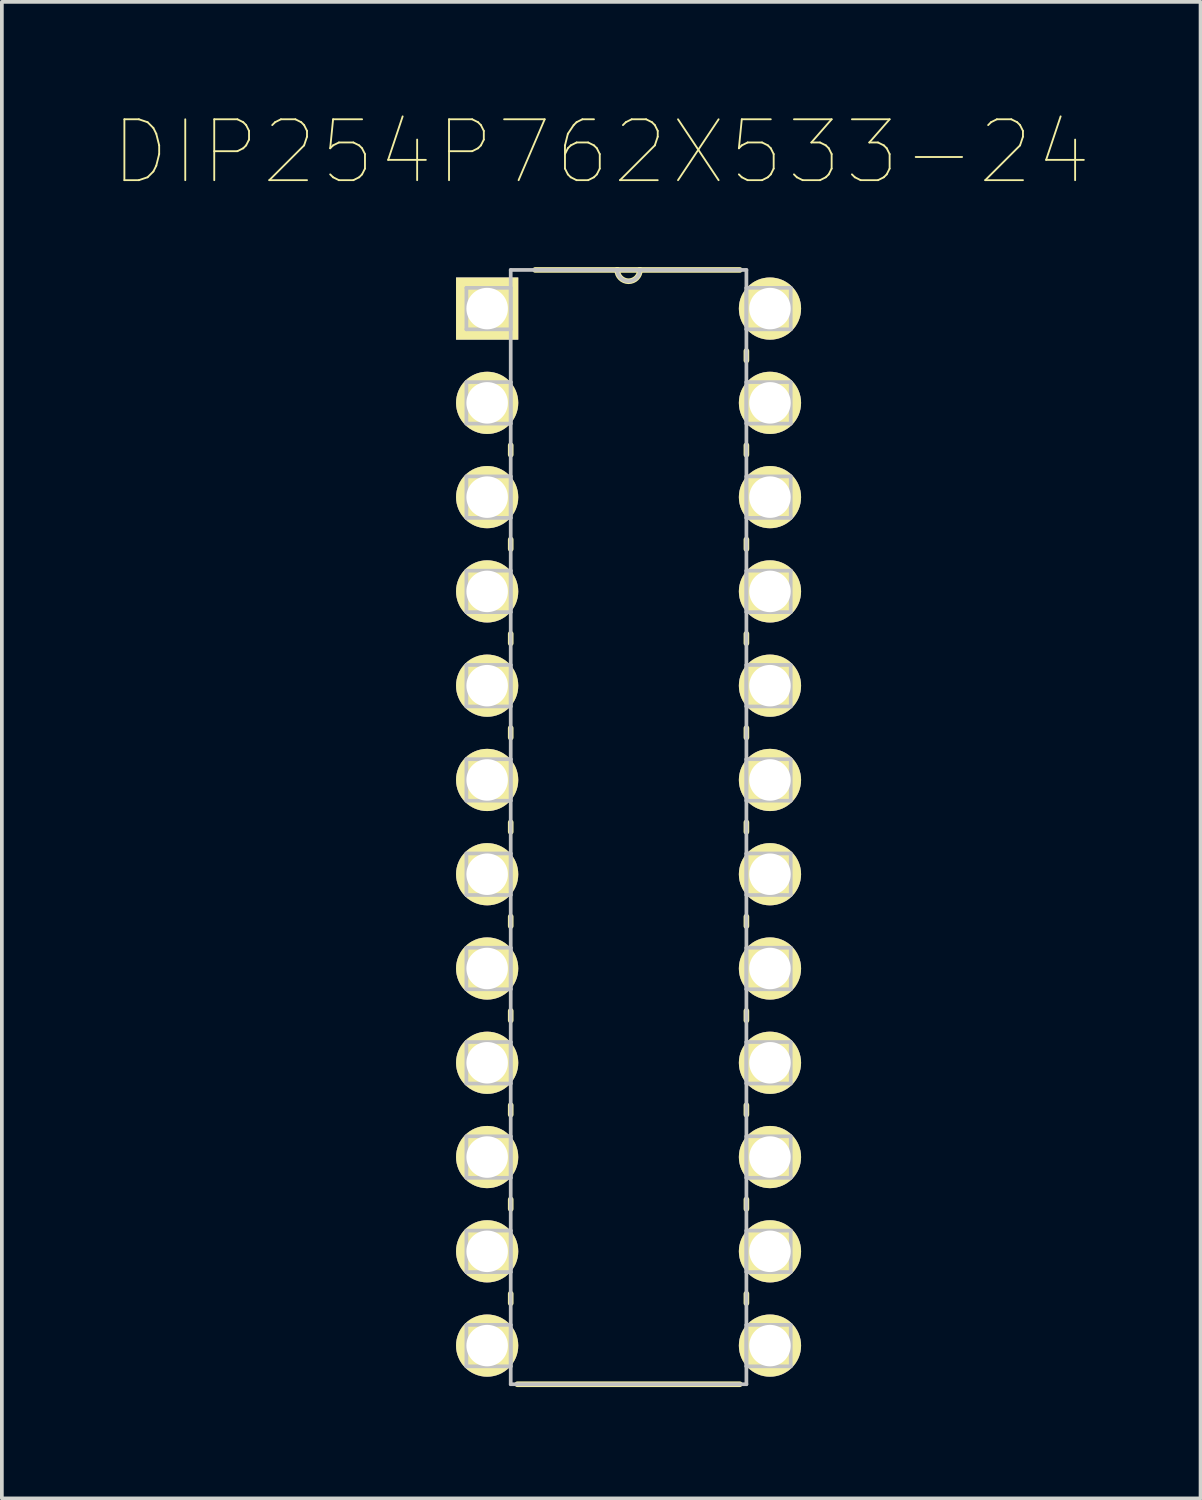
<source format=kicad_pcb>
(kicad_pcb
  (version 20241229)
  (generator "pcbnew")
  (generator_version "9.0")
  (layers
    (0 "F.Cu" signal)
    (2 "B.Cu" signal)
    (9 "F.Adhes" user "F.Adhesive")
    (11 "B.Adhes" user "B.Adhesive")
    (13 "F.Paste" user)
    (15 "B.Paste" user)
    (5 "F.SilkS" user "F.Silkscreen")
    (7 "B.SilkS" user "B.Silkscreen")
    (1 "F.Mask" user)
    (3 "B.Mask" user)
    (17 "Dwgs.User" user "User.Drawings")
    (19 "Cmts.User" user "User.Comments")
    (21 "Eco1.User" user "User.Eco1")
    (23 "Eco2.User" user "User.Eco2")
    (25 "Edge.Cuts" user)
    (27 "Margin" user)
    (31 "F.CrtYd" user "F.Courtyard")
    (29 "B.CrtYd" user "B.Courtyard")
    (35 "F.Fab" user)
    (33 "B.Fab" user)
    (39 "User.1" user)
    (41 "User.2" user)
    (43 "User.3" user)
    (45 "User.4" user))
  (footprint "DIP254P762X533-24"
    (layer "F.Cu")
    (at 17.695 33.204)
    (property "Reference" "DIP254P762X533-24" (at -4.547 -32.156 0) (layer "F.SilkS") (effects (font (size 1.64 1.64) (thickness 0.05))))
    (attr through_hole)
    (fp_line (start -6.985 -24.257) (end -6.985 -24.003) (stroke (width 0.152) (type solid)) (layer "F.SilkS"))
    (fp_line (start -6.985 -21.717) (end -6.985 -21.463) (stroke (width 0.152) (type solid)) (layer "F.SilkS"))
    (fp_line (start -6.985 -19.177) (end -6.985 -18.923) (stroke (width 0.152) (type solid)) (layer "F.SilkS"))
    (fp_line (start -6.985 -16.637) (end -6.985 -16.383) (stroke (width 0.152) (type solid)) (layer "F.SilkS"))
    (fp_line (start -6.985 -14.097) (end -6.985 -13.843) (stroke (width 0.152) (type solid)) (layer "F.SilkS"))
    (fp_line (start -6.985 -11.557) (end -6.985 -11.303) (stroke (width 0.152) (type solid)) (layer "F.SilkS"))
    (fp_line (start -6.985 -9.017) (end -6.985 -8.763) (stroke (width 0.152) (type solid)) (layer "F.SilkS"))
    (fp_line (start -6.985 -6.477) (end -6.985 -6.223) (stroke (width 0.152) (type solid)) (layer "F.SilkS"))
    (fp_line (start -6.985 -3.937) (end -6.985 -3.683) (stroke (width 0.152) (type solid)) (layer "F.SilkS"))
    (fp_line (start -6.985 -1.397) (end -6.985 -1.143) (stroke (width 0.152) (type solid)) (layer "F.SilkS"))
    (fp_line (start -6.807 1.041) (end -0.813 1.041) (stroke (width 0.152) (type solid)) (layer "F.SilkS"))
    (fp_line (start -4.115 -28.981) (end -6.325 -28.981) (stroke (width 0.152) (type solid)) (layer "F.SilkS"))
    (fp_line (start -3.505 -28.981) (end -4.115 -28.981) (stroke (width 0.152) (type solid)) (layer "F.SilkS"))
    (fp_line (start -0.813 -28.981) (end -3.505 -28.981) (stroke (width 0.152) (type solid)) (layer "F.SilkS"))
    (fp_line (start -0.635 -26.543) (end -0.635 -26.797) (stroke (width 0.152) (type solid)) (layer "F.SilkS"))
    (fp_line (start -0.635 -24.003) (end -0.635 -24.257) (stroke (width 0.152) (type solid)) (layer "F.SilkS"))
    (fp_line (start -0.635 -21.463) (end -0.635 -21.717) (stroke (width 0.152) (type solid)) (layer "F.SilkS"))
    (fp_line (start -0.635 -18.923) (end -0.635 -19.177) (stroke (width 0.152) (type solid)) (layer "F.SilkS"))
    (fp_line (start -0.635 -16.383) (end -0.635 -16.637) (stroke (width 0.152) (type solid)) (layer "F.SilkS"))
    (fp_line (start -0.635 -13.843) (end -0.635 -14.097) (stroke (width 0.152) (type solid)) (layer "F.SilkS"))
    (fp_line (start -0.635 -11.303) (end -0.635 -11.557) (stroke (width 0.152) (type solid)) (layer "F.SilkS"))
    (fp_line (start -0.635 -8.763) (end -0.635 -9.017) (stroke (width 0.152) (type solid)) (layer "F.SilkS"))
    (fp_line (start -0.635 -6.223) (end -0.635 -6.477) (stroke (width 0.152) (type solid)) (layer "F.SilkS"))
    (fp_line (start -0.635 -3.683) (end -0.635 -3.937) (stroke (width 0.152) (type solid)) (layer "F.SilkS"))
    (fp_line (start -0.635 -1.143) (end -0.635 -1.397) (stroke (width 0.152) (type solid)) (layer "F.SilkS"))
    (fp_arc (start -3.5052 -28.9814) (mid -3.81 -28.6766) (end -4.1148 -28.9814) (stroke (width 0.1524) (type solid)) (layer "F.SilkS"))
    (fp_line (start -8.179 -28.499) (end -8.179 -27.381) (stroke (width 0.1) (type solid)) (layer "Dwgs.User"))
    (fp_line (start -8.179 -27.381) (end -6.985 -27.381) (stroke (width 0.1) (type solid)) (layer "Dwgs.User"))
    (fp_line (start -8.179 -25.959) (end -8.179 -24.841) (stroke (width 0.1) (type solid)) (layer "Dwgs.User"))
    (fp_line (start -8.179 -24.841) (end -6.985 -24.841) (stroke (width 0.1) (type solid)) (layer "Dwgs.User"))
    (fp_line (start -8.179 -23.419) (end -8.179 -22.301) (stroke (width 0.1) (type solid)) (layer "Dwgs.User"))
    (fp_line (start -8.179 -22.301) (end -6.985 -22.301) (stroke (width 0.1) (type solid)) (layer "Dwgs.User"))
    (fp_line (start -8.179 -20.879) (end -8.179 -19.761) (stroke (width 0.1) (type solid)) (layer "Dwgs.User"))
    (fp_line (start -8.179 -19.761) (end -6.985 -19.761) (stroke (width 0.1) (type solid)) (layer "Dwgs.User"))
    (fp_line (start -8.179 -18.339) (end -8.179 -17.221) (stroke (width 0.1) (type solid)) (layer "Dwgs.User"))
    (fp_line (start -8.179 -17.221) (end -6.985 -17.221) (stroke (width 0.1) (type solid)) (layer "Dwgs.User"))
    (fp_line (start -8.179 -15.799) (end -8.179 -14.681) (stroke (width 0.1) (type solid)) (layer "Dwgs.User"))
    (fp_line (start -8.179 -14.681) (end -6.985 -14.681) (stroke (width 0.1) (type solid)) (layer "Dwgs.User"))
    (fp_line (start -8.179 -13.259) (end -8.179 -12.141) (stroke (width 0.1) (type solid)) (layer "Dwgs.User"))
    (fp_line (start -8.179 -12.141) (end -6.985 -12.141) (stroke (width 0.1) (type solid)) (layer "Dwgs.User"))
    (fp_line (start -8.179 -10.719) (end -8.179 -9.601) (stroke (width 0.1) (type solid)) (layer "Dwgs.User"))
    (fp_line (start -8.179 -9.601) (end -6.985 -9.601) (stroke (width 0.1) (type solid)) (layer "Dwgs.User"))
    (fp_line (start -8.179 -8.179) (end -8.179 -7.061) (stroke (width 0.1) (type solid)) (layer "Dwgs.User"))
    (fp_line (start -8.179 -7.061) (end -6.985 -7.061) (stroke (width 0.1) (type solid)) (layer "Dwgs.User"))
    (fp_line (start -8.179 -5.639) (end -8.179 -4.521) (stroke (width 0.1) (type solid)) (layer "Dwgs.User"))
    (fp_line (start -8.179 -4.521) (end -6.985 -4.521) (stroke (width 0.1) (type solid)) (layer "Dwgs.User"))
    (fp_line (start -8.179 -3.099) (end -8.179 -1.981) (stroke (width 0.1) (type solid)) (layer "Dwgs.User"))
    (fp_line (start -8.179 -1.981) (end -6.985 -1.981) (stroke (width 0.1) (type solid)) (layer "Dwgs.User"))
    (fp_line (start -8.179 -0.559) (end -8.179 0.559) (stroke (width 0.1) (type solid)) (layer "Dwgs.User"))
    (fp_line (start -8.179 0.559) (end -6.985 0.559) (stroke (width 0.1) (type solid)) (layer "Dwgs.User"))
    (fp_line (start -6.985 -28.981) (end -6.985 1.041) (stroke (width 0.1) (type solid)) (layer "Dwgs.User"))
    (fp_line (start -6.985 -28.499) (end -8.179 -28.499) (stroke (width 0.1) (type solid)) (layer "Dwgs.User"))
    (fp_line (start -6.985 -27.381) (end -6.985 -28.499) (stroke (width 0.1) (type solid)) (layer "Dwgs.User"))
    (fp_line (start -6.985 -25.959) (end -8.179 -25.959) (stroke (width 0.1) (type solid)) (layer "Dwgs.User"))
    (fp_line (start -6.985 -24.841) (end -6.985 -25.959) (stroke (width 0.1) (type solid)) (layer "Dwgs.User"))
    (fp_line (start -6.985 -23.419) (end -8.179 -23.419) (stroke (width 0.1) (type solid)) (layer "Dwgs.User"))
    (fp_line (start -6.985 -22.301) (end -6.985 -23.419) (stroke (width 0.1) (type solid)) (layer "Dwgs.User"))
    (fp_line (start -6.985 -20.879) (end -8.179 -20.879) (stroke (width 0.1) (type solid)) (layer "Dwgs.User"))
    (fp_line (start -6.985 -19.761) (end -6.985 -20.879) (stroke (width 0.1) (type solid)) (layer "Dwgs.User"))
    (fp_line (start -6.985 -18.339) (end -8.179 -18.339) (stroke (width 0.1) (type solid)) (layer "Dwgs.User"))
    (fp_line (start -6.985 -17.221) (end -6.985 -18.339) (stroke (width 0.1) (type solid)) (layer "Dwgs.User"))
    (fp_line (start -6.985 -15.799) (end -8.179 -15.799) (stroke (width 0.1) (type solid)) (layer "Dwgs.User"))
    (fp_line (start -6.985 -14.681) (end -6.985 -15.799) (stroke (width 0.1) (type solid)) (layer "Dwgs.User"))
    (fp_line (start -6.985 -13.259) (end -8.179 -13.259) (stroke (width 0.1) (type solid)) (layer "Dwgs.User"))
    (fp_line (start -6.985 -12.141) (end -6.985 -13.259) (stroke (width 0.1) (type solid)) (layer "Dwgs.User"))
    (fp_line (start -6.985 -10.719) (end -8.179 -10.719) (stroke (width 0.1) (type solid)) (layer "Dwgs.User"))
    (fp_line (start -6.985 -9.601) (end -6.985 -10.719) (stroke (width 0.1) (type solid)) (layer "Dwgs.User"))
    (fp_line (start -6.985 -8.179) (end -8.179 -8.179) (stroke (width 0.1) (type solid)) (layer "Dwgs.User"))
    (fp_line (start -6.985 -7.061) (end -6.985 -8.179) (stroke (width 0.1) (type solid)) (layer "Dwgs.User"))
    (fp_line (start -6.985 -5.639) (end -8.179 -5.639) (stroke (width 0.1) (type solid)) (layer "Dwgs.User"))
    (fp_line (start -6.985 -4.521) (end -6.985 -5.639) (stroke (width 0.1) (type solid)) (layer "Dwgs.User"))
    (fp_line (start -6.985 -3.099) (end -8.179 -3.099) (stroke (width 0.1) (type solid)) (layer "Dwgs.User"))
    (fp_line (start -6.985 -1.981) (end -6.985 -3.099) (stroke (width 0.1) (type solid)) (layer "Dwgs.User"))
    (fp_line (start -6.985 -0.559) (end -8.179 -0.559) (stroke (width 0.1) (type solid)) (layer "Dwgs.User"))
    (fp_line (start -6.985 0.559) (end -6.985 -0.559) (stroke (width 0.1) (type solid)) (layer "Dwgs.User"))
    (fp_line (start -6.985 1.041) (end -0.635 1.041) (stroke (width 0.1) (type solid)) (layer "Dwgs.User"))
    (fp_line (start -4.115 -28.981) (end -6.985 -28.981) (stroke (width 0.1) (type solid)) (layer "Dwgs.User"))
    (fp_line (start -3.505 -28.981) (end -4.115 -28.981) (stroke (width 0.1) (type solid)) (layer "Dwgs.User"))
    (fp_line (start -0.635 -28.981) (end -3.505 -28.981) (stroke (width 0.1) (type solid)) (layer "Dwgs.User"))
    (fp_line (start -0.635 -28.499) (end -0.635 -27.381) (stroke (width 0.1) (type solid)) (layer "Dwgs.User"))
    (fp_line (start -0.635 -27.381) (end 0.559 -27.381) (stroke (width 0.1) (type solid)) (layer "Dwgs.User"))
    (fp_line (start -0.635 -25.959) (end -0.635 -24.841) (stroke (width 0.1) (type solid)) (layer "Dwgs.User"))
    (fp_line (start -0.635 -24.841) (end 0.559 -24.841) (stroke (width 0.1) (type solid)) (layer "Dwgs.User"))
    (fp_line (start -0.635 -23.419) (end -0.635 -22.301) (stroke (width 0.1) (type solid)) (layer "Dwgs.User"))
    (fp_line (start -0.635 -22.301) (end 0.559 -22.301) (stroke (width 0.1) (type solid)) (layer "Dwgs.User"))
    (fp_line (start -0.635 -20.879) (end -0.635 -19.761) (stroke (width 0.1) (type solid)) (layer "Dwgs.User"))
    (fp_line (start -0.635 -19.761) (end 0.559 -19.761) (stroke (width 0.1) (type solid)) (layer "Dwgs.User"))
    (fp_line (start -0.635 -18.339) (end -0.635 -17.221) (stroke (width 0.1) (type solid)) (layer "Dwgs.User"))
    (fp_line (start -0.635 -17.221) (end 0.559 -17.221) (stroke (width 0.1) (type solid)) (layer "Dwgs.User"))
    (fp_line (start -0.635 -15.799) (end -0.635 -14.681) (stroke (width 0.1) (type solid)) (layer "Dwgs.User"))
    (fp_line (start -0.635 -14.681) (end 0.559 -14.681) (stroke (width 0.1) (type solid)) (layer "Dwgs.User"))
    (fp_line (start -0.635 -13.259) (end -0.635 -12.141) (stroke (width 0.1) (type solid)) (layer "Dwgs.User"))
    (fp_line (start -0.635 -12.141) (end 0.559 -12.141) (stroke (width 0.1) (type solid)) (layer "Dwgs.User"))
    (fp_line (start -0.635 -10.719) (end -0.635 -9.601) (stroke (width 0.1) (type solid)) (layer "Dwgs.User"))
    (fp_line (start -0.635 -9.601) (end 0.559 -9.601) (stroke (width 0.1) (type solid)) (layer "Dwgs.User"))
    (fp_line (start -0.635 -8.179) (end -0.635 -7.061) (stroke (width 0.1) (type solid)) (layer "Dwgs.User"))
    (fp_line (start -0.635 -7.061) (end 0.559 -7.061) (stroke (width 0.1) (type solid)) (layer "Dwgs.User"))
    (fp_line (start -0.635 -5.639) (end -0.635 -4.521) (stroke (width 0.1) (type solid)) (layer "Dwgs.User"))
    (fp_line (start -0.635 -4.521) (end 0.559 -4.521) (stroke (width 0.1) (type solid)) (layer "Dwgs.User"))
    (fp_line (start -0.635 -3.099) (end -0.635 -1.981) (stroke (width 0.1) (type solid)) (layer "Dwgs.User"))
    (fp_line (start -0.635 -1.981) (end 0.559 -1.981) (stroke (width 0.1) (type solid)) (layer "Dwgs.User"))
    (fp_line (start -0.635 -0.559) (end -0.635 0.559) (stroke (width 0.1) (type solid)) (layer "Dwgs.User"))
    (fp_line (start -0.635 0.559) (end 0.559 0.559) (stroke (width 0.1) (type solid)) (layer "Dwgs.User"))
    (fp_line (start -0.635 1.041) (end -0.635 -28.981) (stroke (width 0.1) (type solid)) (layer "Dwgs.User"))
    (fp_line (start 0.559 -28.499) (end -0.635 -28.499) (stroke (width 0.1) (type solid)) (layer "Dwgs.User"))
    (fp_line (start 0.559 -27.381) (end 0.559 -28.499) (stroke (width 0.1) (type solid)) (layer "Dwgs.User"))
    (fp_line (start 0.559 -25.959) (end -0.635 -25.959) (stroke (width 0.1) (type solid)) (layer "Dwgs.User"))
    (fp_line (start 0.559 -24.841) (end 0.559 -25.959) (stroke (width 0.1) (type solid)) (layer "Dwgs.User"))
    (fp_line (start 0.559 -23.419) (end -0.635 -23.419) (stroke (width 0.1) (type solid)) (layer "Dwgs.User"))
    (fp_line (start 0.559 -22.301) (end 0.559 -23.419) (stroke (width 0.1) (type solid)) (layer "Dwgs.User"))
    (fp_line (start 0.559 -20.879) (end -0.635 -20.879) (stroke (width 0.1) (type solid)) (layer "Dwgs.User"))
    (fp_line (start 0.559 -19.761) (end 0.559 -20.879) (stroke (width 0.1) (type solid)) (layer "Dwgs.User"))
    (fp_line (start 0.559 -18.339) (end -0.635 -18.339) (stroke (width 0.1) (type solid)) (layer "Dwgs.User"))
    (fp_line (start 0.559 -17.221) (end 0.559 -18.339) (stroke (width 0.1) (type solid)) (layer "Dwgs.User"))
    (fp_line (start 0.559 -15.799) (end -0.635 -15.799) (stroke (width 0.1) (type solid)) (layer "Dwgs.User"))
    (fp_line (start 0.559 -14.681) (end 0.559 -15.799) (stroke (width 0.1) (type solid)) (layer "Dwgs.User"))
    (fp_line (start 0.559 -13.259) (end -0.635 -13.259) (stroke (width 0.1) (type solid)) (layer "Dwgs.User"))
    (fp_line (start 0.559 -12.141) (end 0.559 -13.259) (stroke (width 0.1) (type solid)) (layer "Dwgs.User"))
    (fp_line (start 0.559 -10.719) (end -0.635 -10.719) (stroke (width 0.1) (type solid)) (layer "Dwgs.User"))
    (fp_line (start 0.559 -9.601) (end 0.559 -10.719) (stroke (width 0.1) (type solid)) (layer "Dwgs.User"))
    (fp_line (start 0.559 -8.179) (end -0.635 -8.179) (stroke (width 0.1) (type solid)) (layer "Dwgs.User"))
    (fp_line (start 0.559 -7.061) (end 0.559 -8.179) (stroke (width 0.1) (type solid)) (layer "Dwgs.User"))
    (fp_line (start 0.559 -5.639) (end -0.635 -5.639) (stroke (width 0.1) (type solid)) (layer "Dwgs.User"))
    (fp_line (start 0.559 -4.521) (end 0.559 -5.639) (stroke (width 0.1) (type solid)) (layer "Dwgs.User"))
    (fp_line (start 0.559 -3.099) (end -0.635 -3.099) (stroke (width 0.1) (type solid)) (layer "Dwgs.User"))
    (fp_line (start 0.559 -1.981) (end 0.559 -3.099) (stroke (width 0.1) (type solid)) (layer "Dwgs.User"))
    (fp_line (start 0.559 -0.559) (end -0.635 -0.559) (stroke (width 0.1) (type solid)) (layer "Dwgs.User"))
    (fp_line (start 0.559 0.559) (end 0.559 -0.559) (stroke (width 0.1) (type solid)) (layer "Dwgs.User"))
    (fp_arc (start -3.5052 -28.9814) (mid -3.81 -28.6766) (end -4.1148 -28.9814) (stroke (width 0.1) (type solid)) (layer "Dwgs.User"))
    (pad "1" thru_hole rect (at -7.62 -27.94) (size 1.676 1.676) (drill 1.118) (layers "*.Cu" "*.Mask" "F.SilkS"))
    (pad "2" thru_hole circle (at -7.62 -25.4) (size 1.676 1.676) (drill 1.118) (layers "*.Cu" "*.Mask" "F.SilkS"))
    (pad "3" thru_hole circle (at -7.62 -22.86) (size 1.676 1.676) (drill 1.118) (layers "*.Cu" "*.Mask" "F.SilkS"))
    (pad "4" thru_hole circle (at -7.62 -20.32) (size 1.676 1.676) (drill 1.118) (layers "*.Cu" "*.Mask" "F.SilkS"))
    (pad "5" thru_hole circle (at -7.62 -17.78) (size 1.676 1.676) (drill 1.118) (layers "*.Cu" "*.Mask" "F.SilkS"))
    (pad "6" thru_hole circle (at -7.62 -15.24) (size 1.676 1.676) (drill 1.118) (layers "*.Cu" "*.Mask" "F.SilkS"))
    (pad "7" thru_hole circle (at -7.62 -12.7) (size 1.676 1.676) (drill 1.118) (layers "*.Cu" "*.Mask" "F.SilkS"))
    (pad "8" thru_hole circle (at -7.62 -10.16) (size 1.676 1.676) (drill 1.118) (layers "*.Cu" "*.Mask" "F.SilkS"))
    (pad "9" thru_hole circle (at -7.62 -7.62) (size 1.676 1.676) (drill 1.118) (layers "*.Cu" "*.Mask" "F.SilkS"))
    (pad "10" thru_hole circle (at -7.62 -5.08) (size 1.676 1.676) (drill 1.118) (layers "*.Cu" "*.Mask" "F.SilkS"))
    (pad "11" thru_hole circle (at -7.62 -2.54) (size 1.676 1.676) (drill 1.118) (layers "*.Cu" "*.Mask" "F.SilkS"))
    (pad "12" thru_hole circle (at -7.62 0) (size 1.676 1.676) (drill 1.118) (layers "*.Cu" "*.Mask" "F.SilkS"))
    (pad "13" thru_hole circle (at 0 0) (size 1.676 1.676) (drill 1.118) (layers "*.Cu" "*.Mask" "F.SilkS"))
    (pad "14" thru_hole circle (at 0 -2.54) (size 1.676 1.676) (drill 1.118) (layers "*.Cu" "*.Mask" "F.SilkS"))
    (pad "15" thru_hole circle (at 0 -5.08) (size 1.676 1.676) (drill 1.118) (layers "*.Cu" "*.Mask" "F.SilkS"))
    (pad "16" thru_hole circle (at 0 -7.62) (size 1.676 1.676) (drill 1.118) (layers "*.Cu" "*.Mask" "F.SilkS"))
    (pad "17" thru_hole circle (at 0 -10.16) (size 1.676 1.676) (drill 1.118) (layers "*.Cu" "*.Mask" "F.SilkS"))
    (pad "18" thru_hole circle (at 0 -12.7) (size 1.676 1.676) (drill 1.118) (layers "*.Cu" "*.Mask" "F.SilkS"))
    (pad "19" thru_hole circle (at 0 -15.24) (size 1.676 1.676) (drill 1.118) (layers "*.Cu" "*.Mask" "F.SilkS"))
    (pad "20" thru_hole circle (at 0 -17.78) (size 1.676 1.676) (drill 1.118) (layers "*.Cu" "*.Mask" "F.SilkS"))
    (pad "21" thru_hole circle (at 0 -20.32) (size 1.676 1.676) (drill 1.118) (layers "*.Cu" "*.Mask" "F.SilkS"))
    (pad "22" thru_hole circle (at 0 -22.86) (size 1.676 1.676) (drill 1.118) (layers "*.Cu" "*.Mask" "F.SilkS"))
    (pad "23" thru_hole circle (at 0 -25.4) (size 1.676 1.676) (drill 1.118) (layers "*.Cu" "*.Mask" "F.SilkS"))
    (pad "24" thru_hole circle (at 0 -27.94) (size 1.676 1.676) (drill 1.118) (layers "*.Cu" "*.Mask" "F.SilkS")))
  (gr_rect
    (start -3 -3)
    (end 29.296 37.321)
    (stroke (width 0.1) (type default))
    (fill no)
    (layer "Edge.Cuts")))
</source>
